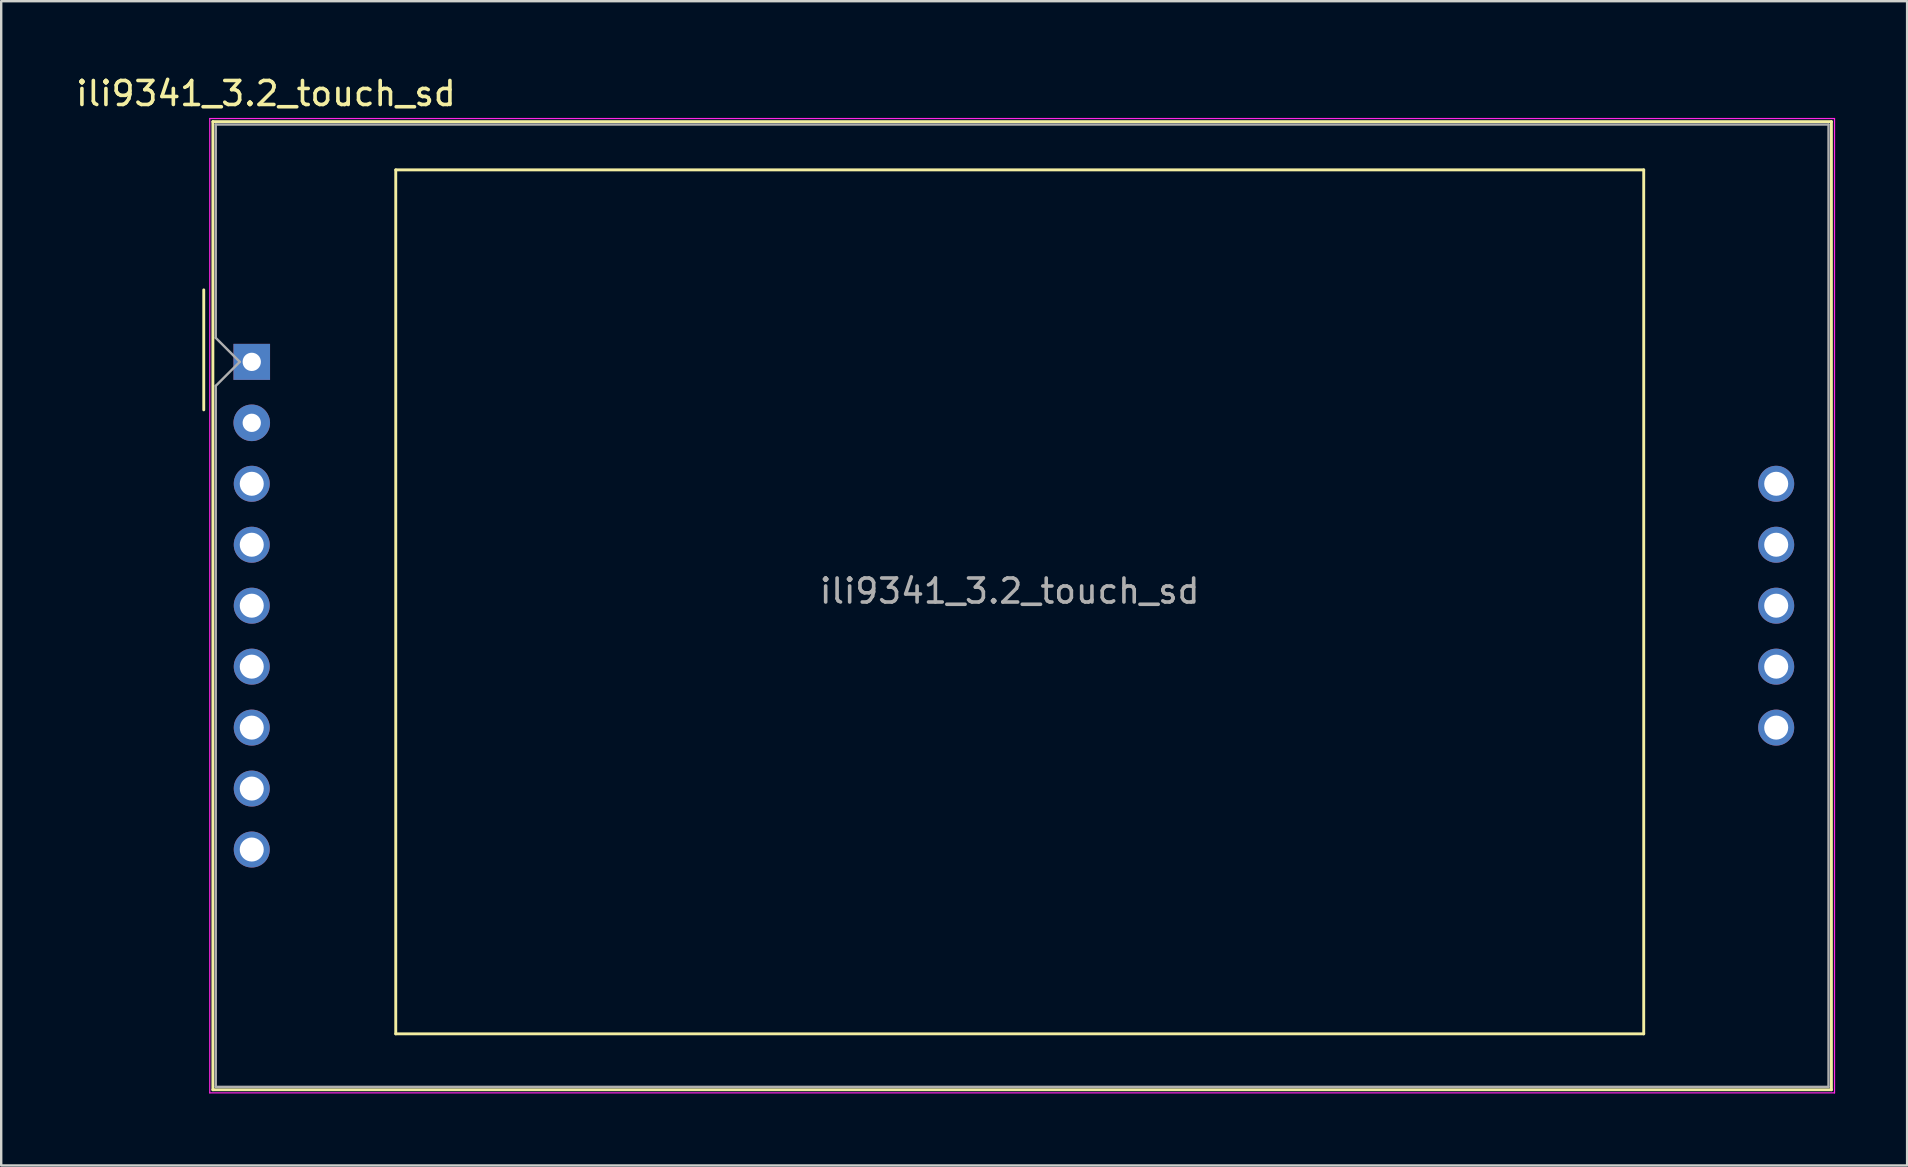
<source format=kicad_pcb>
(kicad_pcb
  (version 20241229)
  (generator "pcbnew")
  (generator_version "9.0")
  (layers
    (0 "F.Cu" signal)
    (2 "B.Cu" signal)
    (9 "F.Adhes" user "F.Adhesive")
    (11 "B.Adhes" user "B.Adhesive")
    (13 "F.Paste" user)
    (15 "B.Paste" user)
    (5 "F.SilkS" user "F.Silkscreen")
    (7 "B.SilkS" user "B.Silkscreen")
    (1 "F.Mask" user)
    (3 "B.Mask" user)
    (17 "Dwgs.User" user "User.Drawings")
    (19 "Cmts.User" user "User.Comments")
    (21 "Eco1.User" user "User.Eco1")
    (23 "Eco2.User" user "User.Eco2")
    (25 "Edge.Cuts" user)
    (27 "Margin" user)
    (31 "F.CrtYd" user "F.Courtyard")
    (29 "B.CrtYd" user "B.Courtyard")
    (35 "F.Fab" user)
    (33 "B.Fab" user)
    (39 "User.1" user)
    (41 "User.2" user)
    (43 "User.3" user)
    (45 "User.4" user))
  (footprint "ili9341_3.2_touch_sd"
    (layer "F.Cu")
    (at 7.44 12.028)
    (property "Reference" "ili9341_3.2_touch_sd" (at 0.59 -11.18 0) (layer "F.SilkS") (effects (font (size 1 1) (thickness 0.15))))
    (attr through_hole)
    (fp_line (start -2 -3) (end -2 2) (stroke (width 0.12) (type solid)) (layer "F.SilkS"))
    (fp_line (start -1.62 -10.01) (end 65.82 -10.01) (stroke (width 0.12) (type solid)) (layer "F.SilkS"))
    (fp_line (start -1.62 30.33) (end -1.62 -10.01) (stroke (width 0.12) (type solid)) (layer "F.SilkS"))
    (fp_line (start 6 -8) (end 58 -8) (stroke (width 0.12) (type solid)) (layer "F.SilkS"))
    (fp_line (start 6 28) (end 6 -8) (stroke (width 0.12) (type solid)) (layer "F.SilkS"))
    (fp_line (start 58 -8) (end 58 28) (stroke (width 0.12) (type solid)) (layer "F.SilkS"))
    (fp_line (start 58 28) (end 6 28) (stroke (width 0.12) (type solid)) (layer "F.SilkS"))
    (fp_line (start 65.82 -10.01) (end 65.82 30.33) (stroke (width 0.12) (type solid)) (layer "F.SilkS"))
    (fp_line (start 65.82 30.33) (end -1.62 30.33) (stroke (width 0.12) (type solid)) (layer "F.SilkS"))
    (fp_line (start -1.75 -10.14) (end 65.95 -10.14) (stroke (width 0.05) (type solid)) (layer "F.CrtYd"))
    (fp_line (start -1.75 30.46) (end -1.75 -10.14) (stroke (width 0.05) (type solid)) (layer "F.CrtYd"))
    (fp_line (start 65.95 -10.14) (end 65.95 30.46) (stroke (width 0.05) (type solid)) (layer "F.CrtYd"))
    (fp_line (start 65.95 30.46) (end -1.75 30.46) (stroke (width 0.05) (type solid)) (layer "F.CrtYd"))
    (fp_line (start -1.5 -9.89) (end 65.7 -9.89) (stroke (width 0.1) (type solid)) (layer "F.Fab"))
    (fp_line (start -1.5 -1) (end -1.5 -9.89) (stroke (width 0.1) (type solid)) (layer "F.Fab"))
    (fp_line (start -1.5 1) (end -0.5 0) (stroke (width 0.1) (type solid)) (layer "F.Fab"))
    (fp_line (start -1.5 30.21) (end -1.5 1) (stroke (width 0.1) (type solid)) (layer "F.Fab"))
    (fp_line (start -0.5 0) (end -1.5 -1) (stroke (width 0.1) (type solid)) (layer "F.Fab"))
    (fp_line (start 65.7 -9.89) (end 65.7 30.21) (stroke (width 0.1) (type solid)) (layer "F.Fab"))
    (fp_line (start 65.7 30.21) (end -1.5 30.21) (stroke (width 0.1) (type solid)) (layer "F.Fab"))
    (fp_text user "${REFERENCE}" (at 31.58 9.55 0) (layer "F.Fab") (effects (font (size 1 1) (thickness 0.15))))
    (pad "1" thru_hole rect (at 0 0) (size 1.524 1.5) (drill 0.762) (layers "*.Cu" "*.Mask"))
    (pad "2" thru_hole circle (at 0 2.54) (size 1.524 1.524) (drill 0.762) (layers "*.Cu" "*.Mask"))
    (pad "3" thru_hole circle (at 0 5.08) (size 1.5 1.5) (drill 1) (layers "*.Cu" "*.Mask"))
    (pad "4" thru_hole circle (at 0 7.62) (size 1.5 1.5) (drill 1) (layers "*.Cu" "*.Mask"))
    (pad "5" thru_hole circle (at 0 10.16) (size 1.5 1.5) (drill 1) (layers "*.Cu" "*.Mask"))
    (pad "6" thru_hole circle (at 0 12.7) (size 1.5 1.5) (drill 1) (layers "*.Cu" "*.Mask"))
    (pad "7" thru_hole circle (at 0 15.24) (size 1.5 1.5) (drill 1) (layers "*.Cu" "*.Mask"))
    (pad "8" thru_hole circle (at 0 17.78) (size 1.5 1.5) (drill 1) (layers "*.Cu" "*.Mask"))
    (pad "9" thru_hole circle (at 0 20.32) (size 1.5 1.5) (drill 1) (layers "*.Cu" "*.Mask"))
    (pad "10" thru_hole circle (at 63.52 5.08) (size 1.5 1.5) (drill 1) (layers "*.Cu" "*.Mask"))
    (pad "11" thru_hole circle (at 63.52 7.62) (size 1.5 1.5) (drill 1) (layers "*.Cu" "*.Mask"))
    (pad "12" thru_hole circle (at 63.52 10.16) (size 1.5 1.5) (drill 1) (layers "*.Cu" "*.Mask"))
    (pad "13" thru_hole circle (at 63.52 12.7) (size 1.5 1.5) (drill 1) (layers "*.Cu" "*.Mask"))
    (pad "14" thru_hole circle (at 63.52 15.24) (size 1.5 1.5) (drill 1) (layers "*.Cu" "*.Mask")))
  (gr_rect
    (start -3 -3)
    (end 76.415 45.513)
    (stroke (width 0.1) (type default))
    (fill no)
    (layer "Edge.Cuts")))
</source>
